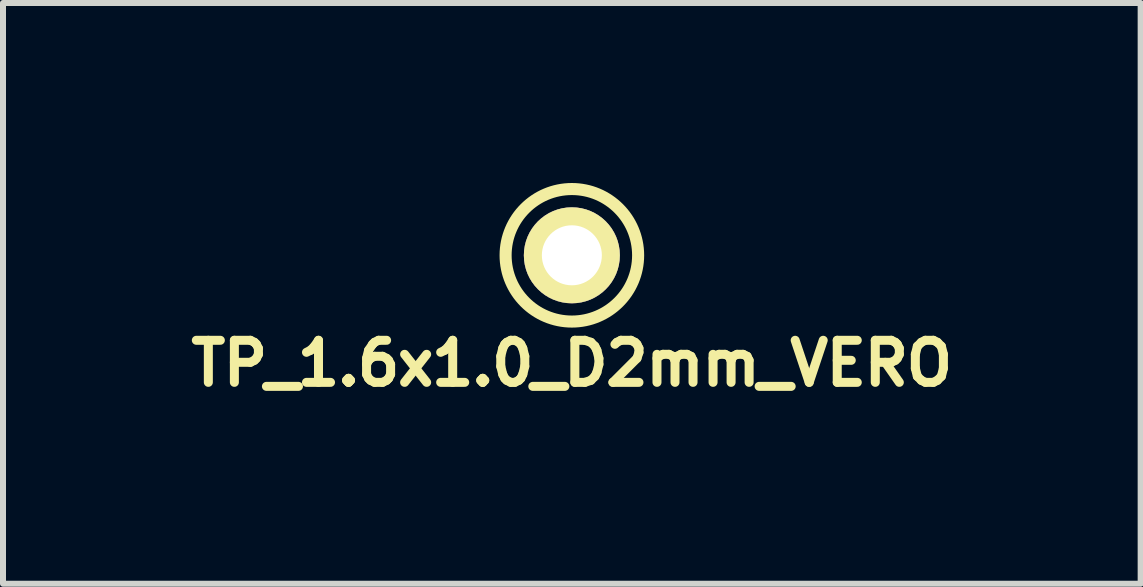
<source format=kicad_pcb>
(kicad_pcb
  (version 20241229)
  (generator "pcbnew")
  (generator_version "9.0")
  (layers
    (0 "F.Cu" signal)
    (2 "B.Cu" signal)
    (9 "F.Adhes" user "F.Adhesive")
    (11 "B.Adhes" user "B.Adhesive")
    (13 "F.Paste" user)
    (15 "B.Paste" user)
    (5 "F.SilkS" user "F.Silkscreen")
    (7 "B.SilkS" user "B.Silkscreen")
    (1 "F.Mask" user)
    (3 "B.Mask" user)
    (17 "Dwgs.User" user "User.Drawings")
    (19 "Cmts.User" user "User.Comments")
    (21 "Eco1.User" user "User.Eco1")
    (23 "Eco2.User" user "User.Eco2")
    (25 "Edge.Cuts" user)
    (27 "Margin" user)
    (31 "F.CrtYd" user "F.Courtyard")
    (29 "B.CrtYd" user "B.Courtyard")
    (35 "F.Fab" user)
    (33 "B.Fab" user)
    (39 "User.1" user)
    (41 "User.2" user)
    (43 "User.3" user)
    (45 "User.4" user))
  (footprint "TP_1.6x1.0_D2mm_VERO"
    (layer "F.Cu")
    (at 6.481 1.205)
    (property "Reference" "TP_1.6x1.0_D2mm_VERO" (at 0 1.801 0) (layer "F.SilkS") (effects (font (size 0.701 0.701) (thickness 0.15))))
    (attr through_hole)
    (fp_circle (center 0 0) (end 1.1 -0.099) (stroke (width 0.201) (type solid)) (fill no) (layer "F.SilkS"))
    (pad "1" thru_hole circle (at 0 0) (size 1.6 1.6) (drill 1) (layers "*.Cu" "*.Mask" "F.SilkS")))
  (gr_rect
    (start -3 -3)
    (end 15.961 6.679)
    (stroke (width 0.1) (type default))
    (fill no)
    (layer "Edge.Cuts")))
</source>
